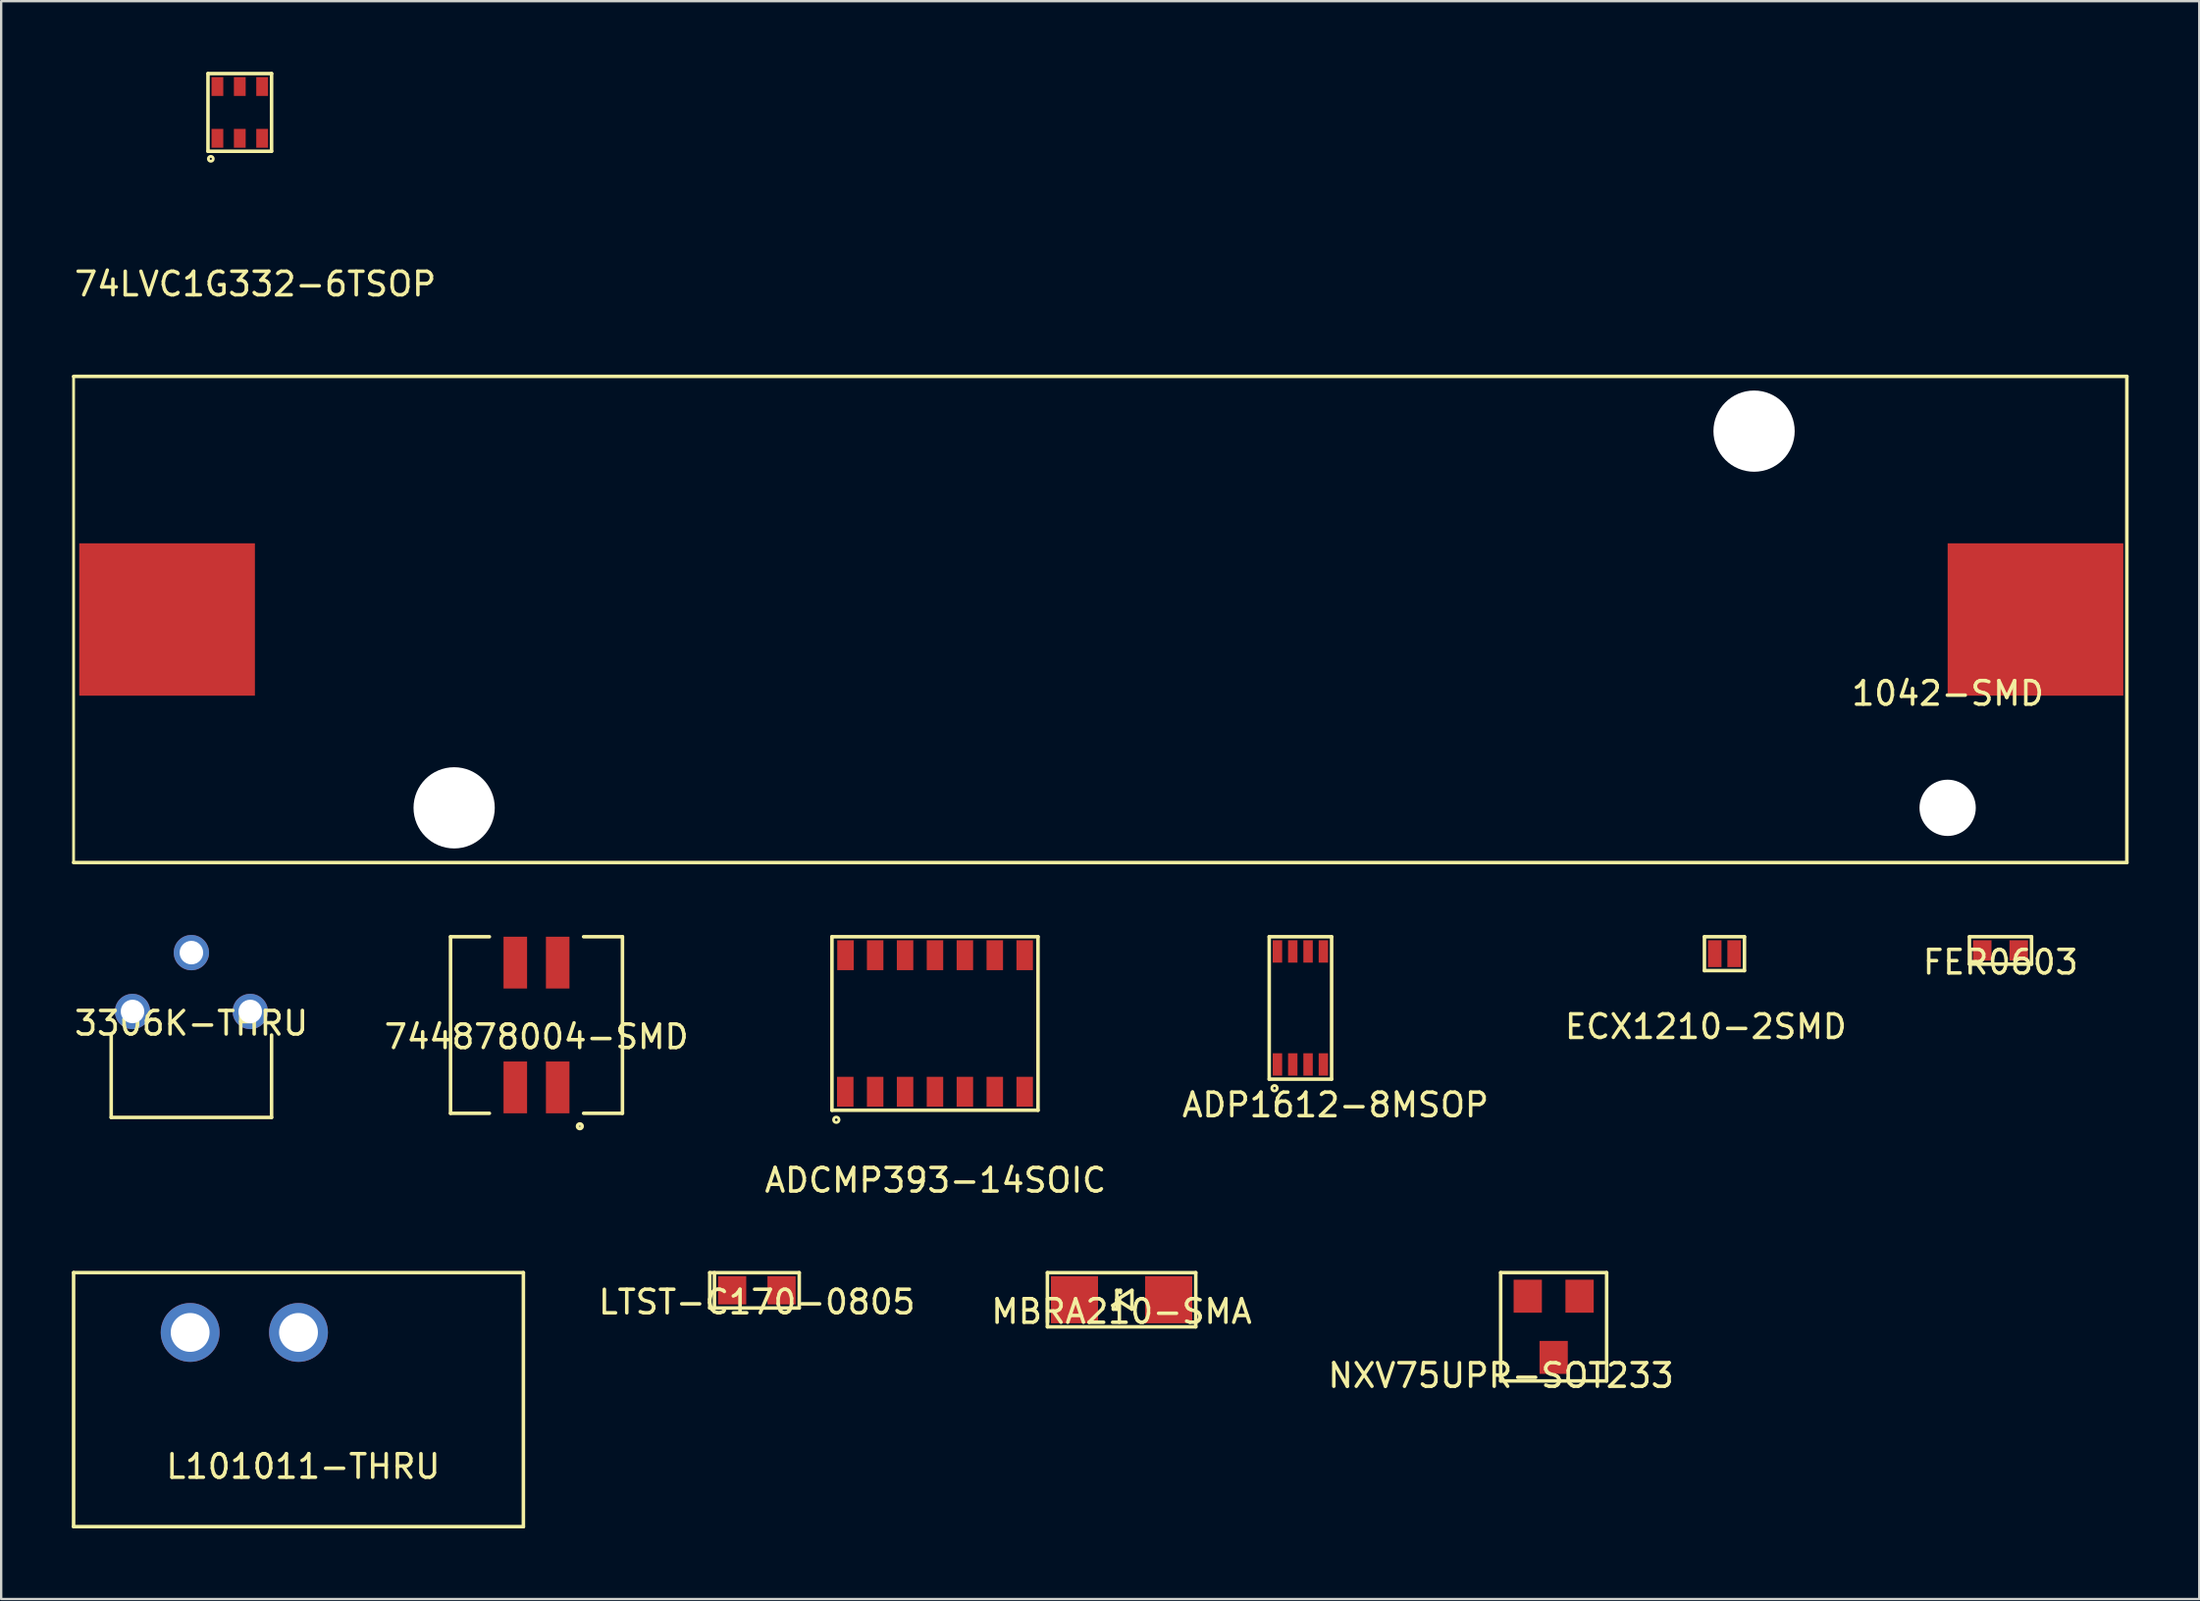
<source format=kicad_pcb>
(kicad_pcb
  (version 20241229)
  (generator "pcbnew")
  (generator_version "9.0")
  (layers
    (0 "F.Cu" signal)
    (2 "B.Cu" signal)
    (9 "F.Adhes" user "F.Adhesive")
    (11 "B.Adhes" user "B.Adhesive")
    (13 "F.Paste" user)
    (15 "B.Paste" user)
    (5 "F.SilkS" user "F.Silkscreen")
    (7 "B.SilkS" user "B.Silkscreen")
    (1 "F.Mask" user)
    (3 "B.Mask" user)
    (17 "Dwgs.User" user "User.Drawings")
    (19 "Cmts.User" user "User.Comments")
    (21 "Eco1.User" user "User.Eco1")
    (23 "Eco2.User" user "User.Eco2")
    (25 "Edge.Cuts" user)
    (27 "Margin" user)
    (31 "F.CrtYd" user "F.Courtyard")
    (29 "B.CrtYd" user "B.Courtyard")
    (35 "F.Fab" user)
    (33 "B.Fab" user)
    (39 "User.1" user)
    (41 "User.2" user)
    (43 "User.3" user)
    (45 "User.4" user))
  (footprint "ADP1612-8MSOP"
    (layer "F.Cu")
    (at 52.171 39.763)
    (property "Reference" "ADP1612-8MSOP" (at 1.49 4.12 0) (layer "F.SilkS") (effects (font (size 1 1) (thickness 0.15))))
    (attr through_hole)
    (fp_line (start -1.325 -3.025) (end -1.325 3.026) (stroke (width 0.15) (type solid)) (layer "F.SilkS"))
    (fp_line (start -1.325 -3.025) (end 1.325 -3.025) (stroke (width 0.15) (type solid)) (layer "F.SilkS"))
    (fp_line (start -1.325 3.025) (end 1.325 3.025) (stroke (width 0.15) (type solid)) (layer "F.SilkS"))
    (fp_line (start 1.325 -3.025) (end 1.325 3.025) (stroke (width 0.15) (type solid)) (layer "F.SilkS"))
    (fp_circle (center -1.1 3.41) (end -1.06 3.45) (stroke (width 0.12) (type solid)) (fill no) (layer "F.SilkS"))
    (pad "1" smd rect (at -0.975 2.4) (size 0.4 0.95) (layers "F.Cu" "F.Mask" "F.Paste"))
    (pad "2" smd rect (at -0.325 2.4) (size 0.4 0.95) (layers "F.Cu" "F.Mask" "F.Paste"))
    (pad "3" smd rect (at 0.325 2.4) (size 0.4 0.95) (layers "F.Cu" "F.Mask" "F.Paste"))
    (pad "4" smd rect (at 0.975 2.4) (size 0.4 0.95) (layers "F.Cu" "F.Mask" "F.Paste"))
    (pad "5" smd rect (at 0.975 -2.4) (size 0.4 0.95) (layers "F.Cu" "F.Mask" "F.Paste"))
    (pad "6" smd rect (at 0.325 -2.4) (size 0.4 0.95) (layers "F.Cu" "F.Mask" "F.Paste"))
    (pad "7" smd rect (at -0.325 -2.4) (size 0.4 0.95) (layers "F.Cu" "F.Mask" "F.Paste"))
    (pad "8" smd rect (at -0.975 -2.4) (size 0.4 0.95) (layers "F.Cu" "F.Mask" "F.Paste")))
  (footprint "3306K-THRU"
    (layer "F.Cu")
    (at 5.077 39.913)
    (property "Reference" "3306K-THRU" (at 0 0.5 0) (layer "F.SilkS") (effects (font (size 1 1) (thickness 0.15))))
    (attr through_hole)
    (fp_line (start -3.405 1) (end -3.405 4.5) (stroke (width 0.15) (type solid)) (layer "F.SilkS"))
    (fp_line (start -3.405 4.5) (end 3.405 4.5) (stroke (width 0.15) (type solid)) (layer "F.SilkS"))
    (fp_line (start 3.405 1) (end 3.405 4.5) (stroke (width 0.15) (type solid)) (layer "F.SilkS"))
    (pad "1" thru_hole circle (at -2.5 0) (size 1.5 1.5) (drill 1) (layers "*.Cu" "*.Mask"))
    (pad "2" thru_hole circle (at 0 -2.5) (size 1.5 1.5) (drill 1) (layers "*.Cu" "*.Mask"))
    (pad "3" thru_hole circle (at 2.5 0) (size 1.5 1.5) (drill 1) (layers "*.Cu" "*.Mask")))
  (footprint "FER0603"
    (layer "F.Cu")
    (at 81.899 37.32)
    (property "Reference" "FER0603" (at 0 0.5 0) (layer "F.SilkS") (effects (font (size 1 1) (thickness 0.15))))
    (attr through_hole)
    (fp_line (start -1.319 -0.582) (end -1.319 0.582) (stroke (width 0.15) (type solid)) (layer "F.SilkS"))
    (fp_line (start -1.319 -0.582) (end 1.319 -0.582) (stroke (width 0.15) (type solid)) (layer "F.SilkS"))
    (fp_line (start -1.319 0.582) (end 1.319 0.582) (stroke (width 0.15) (type solid)) (layer "F.SilkS"))
    (fp_line (start 1.319 -0.582) (end 1.319 0.582) (stroke (width 0.15) (type solid)) (layer "F.SilkS"))
    (pad "1" smd rect (at -0.775 0) (size 0.787 0.864) (layers "F.Cu" "F.Mask" "F.Paste"))
    (pad "2" smd rect (at 0.775 0) (size 0.787 0.864) (layers "F.Cu" "F.Mask" "F.Paste")))
  (footprint "MBRA210-SMA"
    (layer "F.Cu")
    (at 44.577 52.157)
    (property "Reference" "MBRA210-SMA" (at 0 0.5 0) (layer "F.SilkS") (effects (font (size 1 1) (thickness 0.15))))
    (attr through_hole)
    (fp_line (start -3.15 -1.15) (end 3.15 -1.15) (stroke (width 0.15) (type solid)) (layer "F.SilkS"))
    (fp_line (start -3.15 1.15) (end -3.15 -1.15) (stroke (width 0.15) (type solid)) (layer "F.SilkS"))
    (fp_line (start -3.15 1.15) (end 3.15 1.15) (stroke (width 0.15) (type solid)) (layer "F.SilkS"))
    (fp_line (start -0.35 0.4) (end -0.35 0.3) (stroke (width 0.15) (type solid)) (layer "F.SilkS"))
    (fp_line (start -0.2 -0.4) (end -0.2 0.4) (stroke (width 0.15) (type solid)) (layer "F.SilkS"))
    (fp_line (start -0.2 -0.4) (end -0.05 -0.4) (stroke (width 0.15) (type solid)) (layer "F.SilkS"))
    (fp_line (start -0.2 0.4) (end -0.35 0.4) (stroke (width 0.15) (type solid)) (layer "F.SilkS"))
    (fp_line (start -0.05 -0.4) (end -0.05 -0.3) (stroke (width 0.15) (type solid)) (layer "F.SilkS"))
    (fp_line (start 0.44 -0.4) (end -0.2 0) (stroke (width 0.15) (type solid)) (layer "F.SilkS"))
    (fp_line (start 0.44 0.4) (end -0.2 0) (stroke (width 0.15) (type solid)) (layer "F.SilkS"))
    (fp_line (start 0.44 0.4) (end 0.44 -0.4) (stroke (width 0.15) (type solid)) (layer "F.SilkS"))
    (fp_line (start 3.15 -1.15) (end 3.15 1.15) (stroke (width 0.15) (type solid)) (layer "F.SilkS"))
    (pad "1" smd rect (at -2 0) (size 2 2) (layers "F.Cu" "F.Mask" "F.Paste"))
    (pad "2" smd rect (at 2 0) (size 2 2) (layers "F.Cu" "F.Mask" "F.Paste")))
  (footprint "ECX1210-2SMD"
    (layer "F.Cu")
    (at 70.177 37.458)
    (property "Reference" "ECX1210-2SMD" (at -0.79 3.1 0) (layer "F.SilkS") (effects (font (size 1 1) (thickness 0.15))))
    (attr through_hole)
    (fp_line (start -0.85 -0.72) (end -0.85 0.72) (stroke (width 0.15) (type solid)) (layer "F.SilkS"))
    (fp_line (start -0.85 -0.72) (end 0.85 -0.72) (stroke (width 0.15) (type solid)) (layer "F.SilkS"))
    (fp_line (start -0.85 0.72) (end 0.85 0.72) (stroke (width 0.15) (type solid)) (layer "F.SilkS"))
    (fp_line (start 0.85 -0.72) (end 0.85 0.72) (stroke (width 0.15) (type solid)) (layer "F.SilkS"))
    (pad "1" smd rect (at -0.412 0) (size 0.575 1.14) (layers "F.Cu" "F.Mask" "F.Paste"))
    (pad "2" smd rect (at 0.412 0) (size 0.575 1.14) (layers "F.Cu" "F.Mask" "F.Paste")))
  (footprint "74LVC1G332-6TSOP"
    (layer "F.Cu")
    (at 7.132 1.725)
    (property "Reference" "74LVC1G332-6TSOP" (at 0.66 7.29 0) (layer "F.SilkS") (effects (font (size 1 1) (thickness 0.15))))
    (attr through_hole)
    (fp_line (start -1.35 -1.65) (end -1.35 1.65) (stroke (width 0.15) (type solid)) (layer "F.SilkS"))
    (fp_line (start -1.35 -1.65) (end 1.35 -1.65) (stroke (width 0.15) (type solid)) (layer "F.SilkS"))
    (fp_line (start -1.35 1.65) (end 1.35 1.65) (stroke (width 0.15) (type solid)) (layer "F.SilkS"))
    (fp_line (start 1.35 -1.65) (end 1.35 1.65) (stroke (width 0.15) (type solid)) (layer "F.SilkS"))
    (fp_circle (center -1.23 1.97) (end -1.19 1.99) (stroke (width 0.12) (type solid)) (fill no) (layer "F.SilkS"))
    (pad "1" smd rect (at -0.95 1.1) (size 0.5 0.8) (layers "F.Cu" "F.Mask" "F.Paste"))
    (pad "2" smd rect (at 0 1.1) (size 0.5 0.8) (layers "F.Cu" "F.Mask" "F.Paste"))
    (pad "3" smd rect (at 0.95 1.1) (size 0.5 0.8) (layers "F.Cu" "F.Mask" "F.Paste"))
    (pad "4" smd rect (at 0.95 -1.1) (size 0.5 0.8) (layers "F.Cu" "F.Mask" "F.Paste"))
    (pad "5" smd rect (at 0 -1.1) (size 0.5 0.8) (layers "F.Cu" "F.Mask" "F.Paste"))
    (pad "6" smd rect (at -0.95 -1.1) (size 0.5 0.8) (layers "F.Cu" "F.Mask" "F.Paste")))
  (footprint "ADCMP393-14SOIC"
    (layer "F.Cu")
    (at 36.653 40.423)
    (property "Reference" "ADCMP393-14SOIC" (at 0.02 6.66 0) (layer "F.SilkS") (effects (font (size 1 1) (thickness 0.15))))
    (attr through_hole)
    (fp_line (start -4.375 -3.685) (end -4.375 3.685) (stroke (width 0.15) (type solid)) (layer "F.SilkS"))
    (fp_line (start -4.375 -3.685) (end 4.375 -3.685) (stroke (width 0.15) (type solid)) (layer "F.SilkS"))
    (fp_line (start -4.375 3.685) (end 4.375 3.685) (stroke (width 0.15) (type solid)) (layer "F.SilkS"))
    (fp_line (start 4.375 -3.685) (end 4.375 3.685) (stroke (width 0.15) (type solid)) (layer "F.SilkS"))
    (fp_circle (center -4.19 4.09) (end -4.13 4.19) (stroke (width 0.12) (type solid)) (fill no) (layer "F.SilkS"))
    (pad "1" smd rect (at -3.81 2.9) (size 0.7 1.27) (layers "F.Cu" "F.Mask" "F.Paste"))
    (pad "2" smd rect (at -2.54 2.9) (size 0.7 1.27) (layers "F.Cu" "F.Mask" "F.Paste"))
    (pad "3" smd rect (at -1.27 2.9) (size 0.7 1.27) (layers "F.Cu" "F.Mask" "F.Paste"))
    (pad "4" smd rect (at 0 2.9) (size 0.7 1.27) (layers "F.Cu" "F.Mask" "F.Paste"))
    (pad "5" smd rect (at 1.27 2.9) (size 0.7 1.27) (layers "F.Cu" "F.Mask" "F.Paste"))
    (pad "6" smd rect (at 2.54 2.9) (size 0.7 1.27) (layers "F.Cu" "F.Mask" "F.Paste"))
    (pad "7" smd rect (at 3.81 2.9) (size 0.7 1.27) (layers "F.Cu" "F.Mask" "F.Paste"))
    (pad "8" smd rect (at 3.81 -2.9) (size 0.7 1.27) (layers "F.Cu" "F.Mask" "F.Paste"))
    (pad "9" smd rect (at 2.54 -2.9) (size 0.7 1.27) (layers "F.Cu" "F.Mask" "F.Paste"))
    (pad "10" smd rect (at 1.27 -2.9) (size 0.7 1.27) (layers "F.Cu" "F.Mask" "F.Paste"))
    (pad "11" smd rect (at 0 -2.9) (size 0.7 1.27) (layers "F.Cu" "F.Mask" "F.Paste"))
    (pad "12" smd rect (at -1.27 -2.9) (size 0.7 1.27) (layers "F.Cu" "F.Mask" "F.Paste"))
    (pad "13" smd rect (at -2.54 -2.9) (size 0.7 1.27) (layers "F.Cu" "F.Mask" "F.Paste"))
    (pad "14" smd rect (at -3.8 -2.9) (size 0.7 1.27) (layers "F.Cu" "F.Mask" "F.Paste")))
  (footprint "L101011-THRU"
    (layer "F.Cu")
    (at 9.625 56.401)
    (property "Reference" "L101011-THRU" (at 0.2 2.84 0) (layer "F.SilkS") (effects (font (size 1 1) (thickness 0.15))))
    (attr through_hole)
    (fp_line (start -9.55 -5.395) (end -9.55 5.395) (stroke (width 0.15) (type solid)) (layer "F.SilkS"))
    (fp_line (start -9.55 5.395) (end 9.55 5.395) (stroke (width 0.15) (type solid)) (layer "F.SilkS"))
    (fp_line (start 9.55 -5.395) (end -9.55 -5.395) (stroke (width 0.15) (type solid)) (layer "F.SilkS"))
    (fp_line (start 9.55 -5.395) (end 9.55 5.395) (stroke (width 0.15) (type solid)) (layer "F.SilkS"))
    (pad "1" thru_hole circle (at -4.6 -2.855) (size 2.5 2.5) (drill 1.65) (layers "*.Cu" "*.Mask"))
    (pad "2" thru_hole circle (at 0 -2.855) (size 2.5 2.5) (drill 1.65) (layers "*.Cu" "*.Mask")))
  (footprint "744878004-SMD"
    (layer "F.Cu")
    (at 19.732 40.488)
    (property "Reference" "744878004-SMD" (at 0 0.5 0) (layer "F.SilkS") (effects (font (size 1 1) (thickness 0.15))))
    (attr through_hole)
    (fp_line (start -3.65 -3.75) (end -3.65 3.75) (stroke (width 0.15) (type solid)) (layer "F.SilkS"))
    (fp_line (start -3.65 -3.75) (end -2 -3.75) (stroke (width 0.15) (type solid)) (layer "F.SilkS"))
    (fp_line (start -3.65 3.75) (end -2 3.75) (stroke (width 0.15) (type solid)) (layer "F.SilkS"))
    (fp_line (start 3.65 -3.75) (end 2 -3.75) (stroke (width 0.15) (type solid)) (layer "F.SilkS"))
    (fp_line (start 3.65 -3.75) (end 3.65 3.75) (stroke (width 0.15) (type solid)) (layer "F.SilkS"))
    (fp_line (start 3.65 3.75) (end 2 3.75) (stroke (width 0.15) (type solid)) (layer "F.SilkS"))
    (fp_circle (center 1.84 4.3) (end 1.94 4.3) (stroke (width 0.15) (type solid)) (fill no) (layer "F.SilkS"))
    (pad "1" smd rect (at 0.9 2.65) (size 1 2.2) (layers "F.Cu" "F.Mask" "F.Paste"))
    (pad "2" smd rect (at 0.9 -2.65) (size 1 2.2) (layers "F.Cu" "F.Mask" "F.Paste"))
    (pad "3" smd rect (at -0.9 -2.65) (size 1 2.2) (layers "F.Cu" "F.Mask" "F.Paste"))
    (pad "4" smd rect (at -0.9 2.65) (size 1 2.2) (layers "F.Cu" "F.Mask" "F.Paste")))
  (footprint "LTST-C170-0805"
    (layer "F.Cu")
    (at 29.089 51.757)
    (property "Reference" "LTST-C170-0805" (at 0 0.5 0) (layer "F.SilkS") (effects (font (size 1 1) (thickness 0.15))))
    (attr through_hole)
    (fp_line (start -2 -0.75) (end 1.8 -0.75) (stroke (width 0.15) (type solid)) (layer "F.SilkS"))
    (fp_line (start -2 0.75) (end -2 -0.75) (stroke (width 0.15) (type solid)) (layer "F.SilkS"))
    (fp_line (start -2 0.75) (end 1.8 0.75) (stroke (width 0.15) (type solid)) (layer "F.SilkS"))
    (fp_line (start -1.8 0.75) (end -1.8 -0.75) (stroke (width 0.15) (type solid)) (layer "F.SilkS"))
    (fp_line (start 1.8 -0.75) (end 1.8 0.75) (stroke (width 0.15) (type solid)) (layer "F.SilkS"))
    (pad "1" smd rect (at -1.05 0) (size 1.2 1.2) (layers "F.Cu" "F.Mask" "F.Paste"))
    (pad "2" smd rect (at 1.05 0) (size 1.2 1.2) (layers "F.Cu" "F.Mask" "F.Paste")))
  (footprint "1042-SMD"
    (layer "F.Cu")
    (at 79.655 23.263)
    (property "Reference" "1042-SMD" (at 0.01 3.14 0) (layer "F.SilkS") (effects (font (size 1 1) (thickness 0.15))))
    (attr through_hole)
    (fp_line (start -79.58 -10.325) (end -79.58 10.325) (stroke (width 0.12) (type solid)) (layer "F.SilkS"))
    (fp_line (start -79.58 -10.325) (end 7.61 -10.325) (stroke (width 0.15) (type solid)) (layer "F.SilkS"))
    (fp_line (start 7.61 -10.325) (end 7.61 10.325) (stroke (width 0.15) (type solid)) (layer "F.SilkS"))
    (fp_line (start 7.61 10.325) (end -79.58 10.325) (stroke (width 0.15) (type solid)) (layer "F.SilkS"))
    (pad "" np_thru_hole circle (at -63.42 8) (size 3.45 3.45) (drill 3.45) (layers "*.Cu" "*.Mask"))
    (pad "" np_thru_hole circle (at -8.22 -8) (size 3.45 3.45) (drill 3.45) (layers "*.Cu" "*.Mask"))
    (pad "" np_thru_hole circle (at 0 8) (size 2.39 2.39) (drill 2.39) (layers "*.Cu" "*.Mask"))
    (pad "1" smd rect (at 3.73 0) (size 7.46 6.47) (layers "F.Cu" "F.Mask" "F.Paste"))
    (pad "2" smd rect (at -75.61 0) (size 7.46 6.47) (layers "F.Cu" "F.Mask" "F.Paste")))
  (footprint "NXV75UPR-SOT233"
    (layer "F.Cu")
    (at 62.925 53.306)
    (property "Reference" "NXV75UPR-SOT233" (at -2.24 2.07 0) (layer "F.SilkS") (effects (font (size 1 1) (thickness 0.15))))
    (attr through_hole)
    (fp_line (start -2.25 -2.3) (end -2.25 2.3) (stroke (width 0.15) (type solid)) (layer "F.SilkS"))
    (fp_line (start -2.25 -2.3) (end 2.25 -2.3) (stroke (width 0.15) (type solid)) (layer "F.SilkS"))
    (fp_line (start -2.25 2.3) (end 2.25 2.3) (stroke (width 0.15) (type solid)) (layer "F.SilkS"))
    (fp_line (start 2.25 -2.3) (end 2.25 2.3) (stroke (width 0.15) (type solid)) (layer "F.SilkS"))
    (pad "1" smd rect (at 1.1 -1.3) (size 1.2 1.4) (layers "F.Cu" "F.Mask" "F.Paste"))
    (pad "2" smd rect (at -1.1 -1.3) (size 1.2 1.4) (layers "F.Cu" "F.Mask" "F.Paste"))
    (pad "3" smd rect (at 0 1.3) (size 1.2 1.4) (layers "F.Cu" "F.Mask" "F.Paste")))
  (gr_rect
    (start -3 -3)
    (end 90.34 64.871)
    (stroke (width 0.1) (type default))
    (fill no)
    (layer "Edge.Cuts")))
</source>
